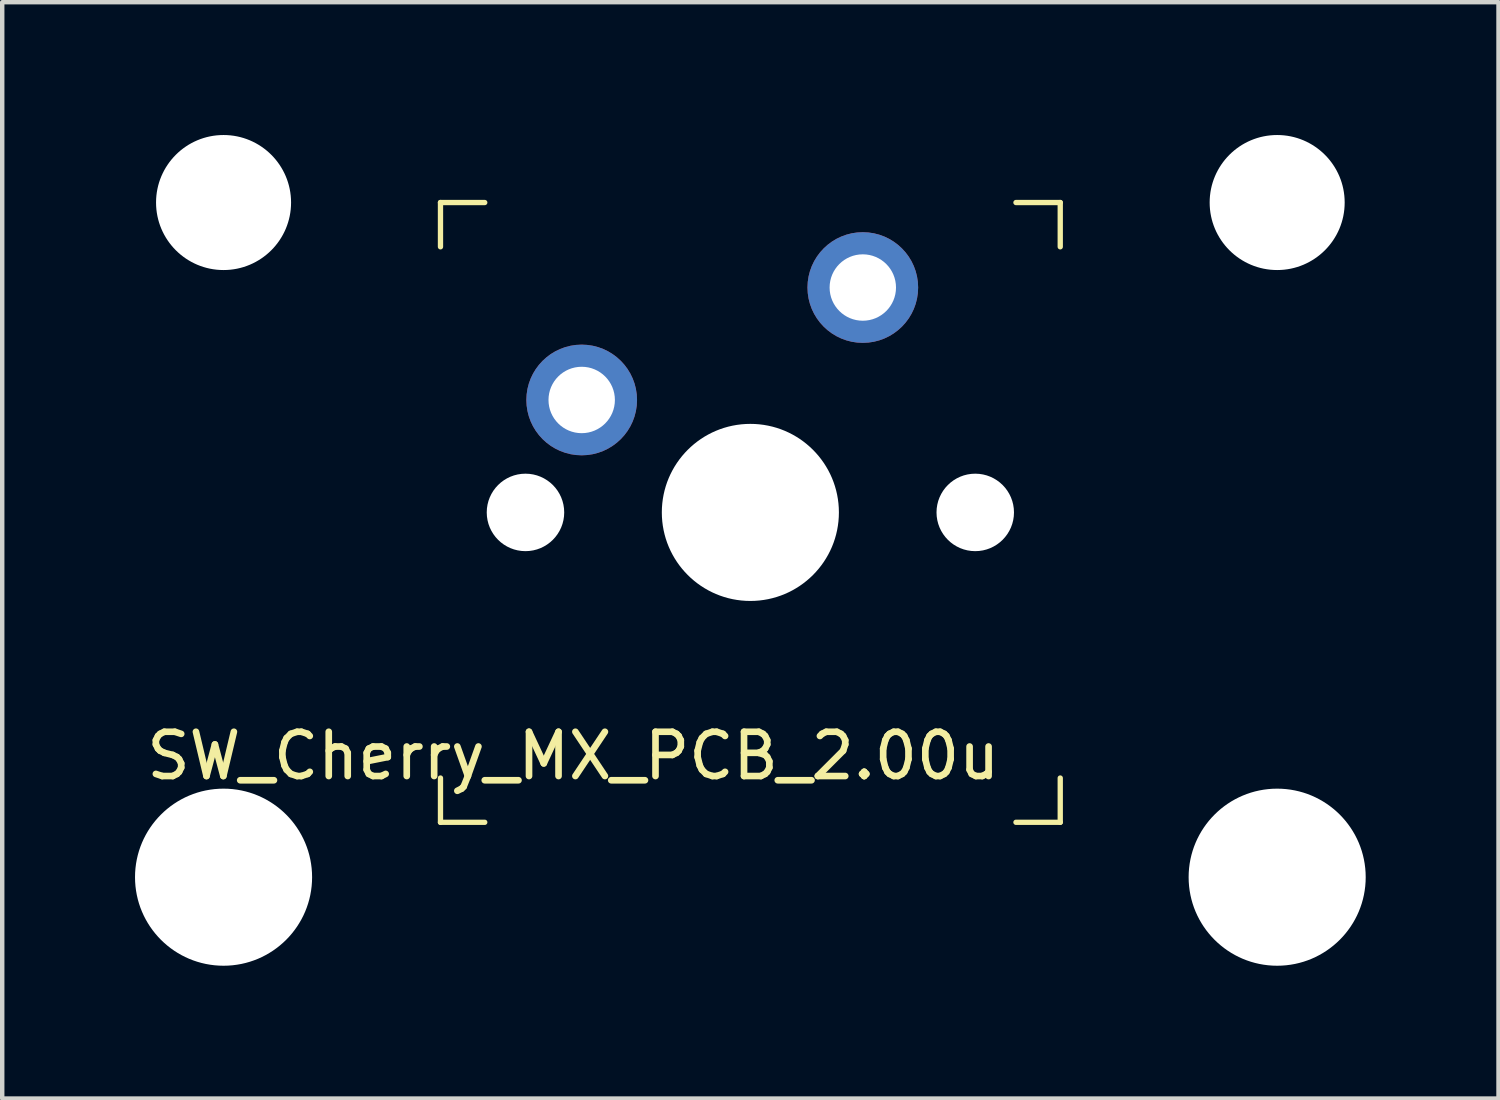
<source format=kicad_pcb>
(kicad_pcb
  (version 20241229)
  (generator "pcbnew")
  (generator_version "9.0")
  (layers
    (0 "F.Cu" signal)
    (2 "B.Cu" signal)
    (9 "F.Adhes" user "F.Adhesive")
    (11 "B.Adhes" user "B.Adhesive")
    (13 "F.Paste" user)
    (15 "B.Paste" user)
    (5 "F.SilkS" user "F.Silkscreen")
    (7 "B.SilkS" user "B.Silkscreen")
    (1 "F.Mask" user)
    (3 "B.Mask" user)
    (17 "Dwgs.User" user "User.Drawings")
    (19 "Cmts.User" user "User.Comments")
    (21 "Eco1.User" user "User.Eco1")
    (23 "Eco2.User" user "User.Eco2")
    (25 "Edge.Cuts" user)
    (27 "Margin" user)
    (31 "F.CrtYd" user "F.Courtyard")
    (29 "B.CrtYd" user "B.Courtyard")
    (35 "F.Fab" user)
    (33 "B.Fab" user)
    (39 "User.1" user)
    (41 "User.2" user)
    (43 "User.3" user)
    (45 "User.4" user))
  (footprint "SW_Cherry_MX_PCB_2.00u"
    (layer "F.Cu")
    (at 13.9 8.525)
    (property "Reference" "SW_Cherry_MX_PCB_2.00u" (at -4 5.5 0) (layer "F.SilkS") (effects (font (size 1 1) (thickness 0.15))))
    (attr through_hole)
    (fp_line (start -7 -7) (end -7 -6) (stroke (width 0.12) (type solid)) (layer "F.SilkS"))
    (fp_line (start -7 -7) (end -6 -7) (stroke (width 0.12) (type solid)) (layer "F.SilkS"))
    (fp_line (start -7 7) (end -7 6) (stroke (width 0.12) (type solid)) (layer "F.SilkS"))
    (fp_line (start -7 7) (end -6 7) (stroke (width 0.12) (type solid)) (layer "F.SilkS"))
    (fp_line (start 7 -7) (end 6 -7) (stroke (width 0.12) (type solid)) (layer "F.SilkS"))
    (fp_line (start 7 -7) (end 7 -6) (stroke (width 0.12) (type solid)) (layer "F.SilkS"))
    (fp_line (start 7 7) (end 6 7) (stroke (width 0.12) (type solid)) (layer "F.SilkS"))
    (fp_line (start 7 7) (end 7 6) (stroke (width 0.12) (type solid)) (layer "F.SilkS"))
    (pad "" np_thru_hole circle (at -11.9 -7) (size 3.05 3.05) (drill 3.05) (layers "*.Cu" "*.Mask"))
    (pad "" np_thru_hole circle (at -11.9 8.24) (size 4 4) (drill 4) (layers "*.Cu" "*.Mask"))
    (pad "" np_thru_hole circle (at -5.08 0) (size 1.75 1.75) (drill 1.75) (layers "*.Cu" "*.Mask"))
    (pad "" np_thru_hole circle (at 0 0) (size 4 4) (drill 4) (layers "*.Cu" "*.Mask"))
    (pad "" np_thru_hole circle (at 5.08 0) (size 1.75 1.75) (drill 1.75) (layers "*.Cu" "*.Mask"))
    (pad "" np_thru_hole circle (at 11.9 -7) (size 3.05 3.05) (drill 3.05) (layers "*.Cu" "*.Mask"))
    (pad "" np_thru_hole circle (at 11.9 8.24) (size 4 4) (drill 4) (layers "*.Cu" "*.Mask"))
    (pad "1" thru_hole circle (at -3.81 -2.54) (size 2.5 2.5) (drill 1.5) (layers "*.Cu" "*.Mask"))
    (pad "2" thru_hole circle (at 2.54 -5.08) (size 2.5 2.5) (drill 1.5) (layers "*.Cu" "*.Mask")))
  (gr_rect
    (start -3 -3)
    (end 30.8 21.765)
    (stroke (width 0.1) (type default))
    (fill no)
    (layer "Edge.Cuts")))
</source>
